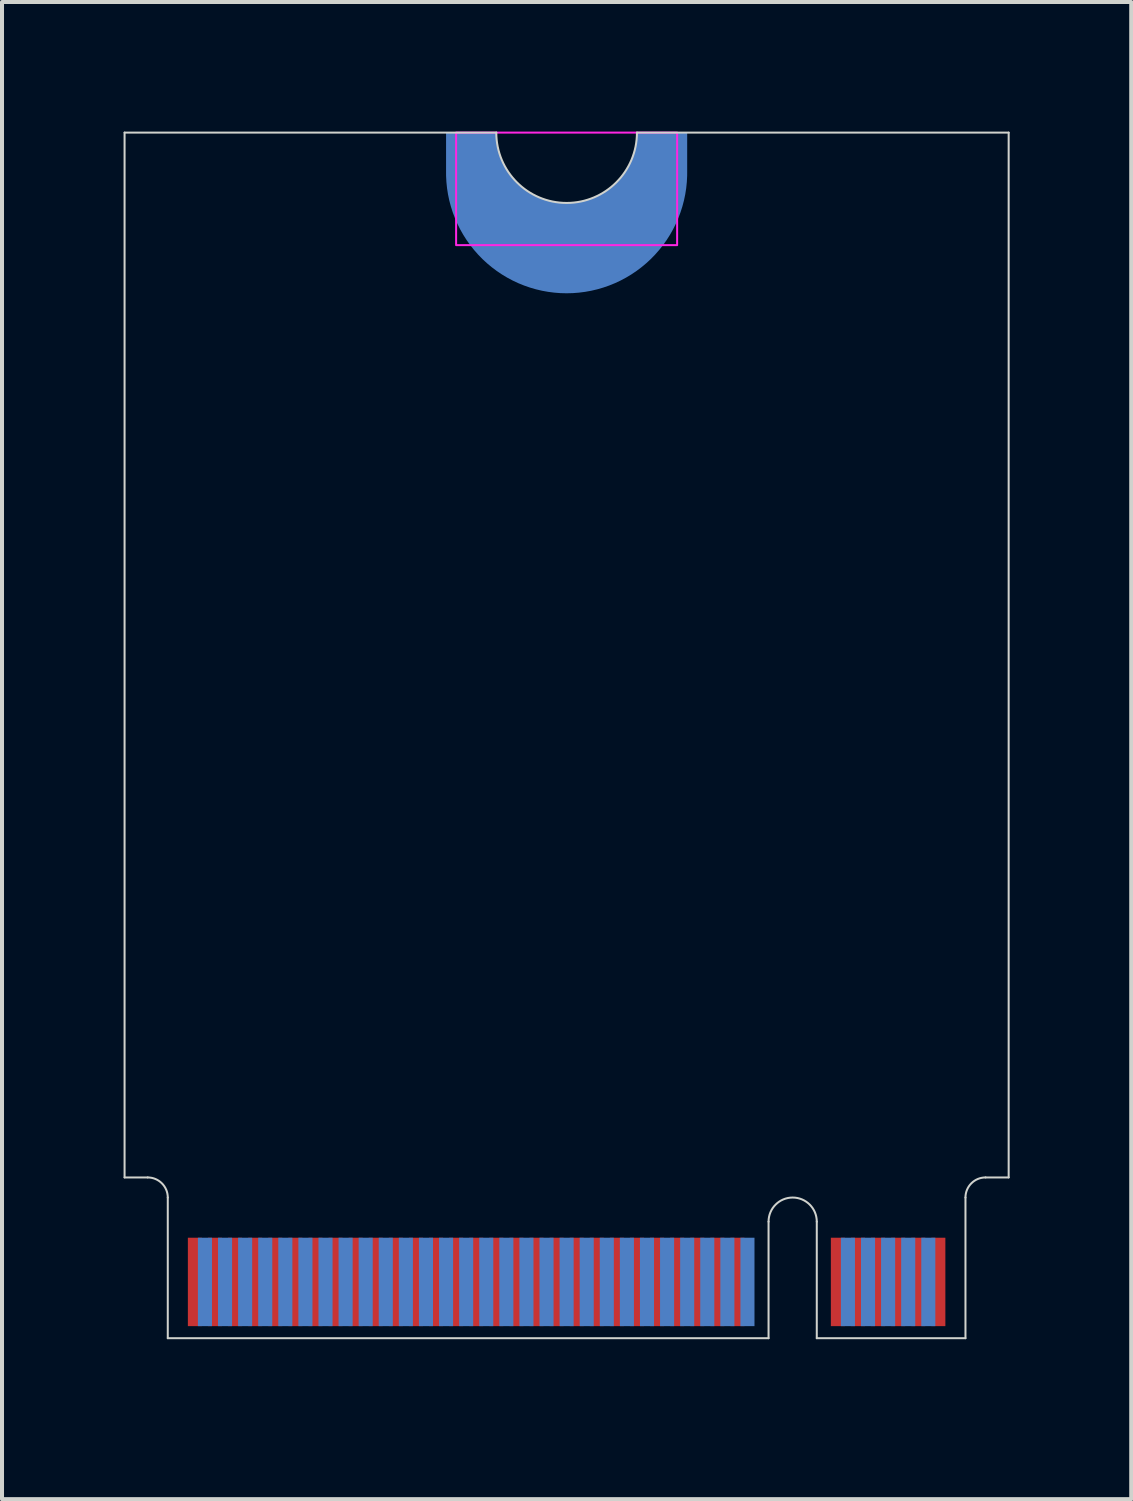
<source format=kicad_pcb>
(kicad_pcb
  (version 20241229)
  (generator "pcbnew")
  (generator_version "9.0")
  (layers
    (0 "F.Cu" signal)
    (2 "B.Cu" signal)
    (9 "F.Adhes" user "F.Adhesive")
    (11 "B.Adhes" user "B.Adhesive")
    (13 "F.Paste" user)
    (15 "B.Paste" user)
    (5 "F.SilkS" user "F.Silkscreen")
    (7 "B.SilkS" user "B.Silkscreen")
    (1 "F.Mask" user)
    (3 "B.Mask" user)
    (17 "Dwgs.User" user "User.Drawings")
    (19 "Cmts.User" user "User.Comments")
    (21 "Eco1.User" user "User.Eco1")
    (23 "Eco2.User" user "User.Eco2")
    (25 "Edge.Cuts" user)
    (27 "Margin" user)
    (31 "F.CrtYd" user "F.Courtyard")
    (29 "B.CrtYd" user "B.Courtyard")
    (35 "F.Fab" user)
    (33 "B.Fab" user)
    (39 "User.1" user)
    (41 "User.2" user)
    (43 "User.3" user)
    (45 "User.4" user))
  (footprint "M2GF_KEYB_2230"
    (layer "F.Cu")
    (at 11.05 0.25)
    (property "Reference" "M2GF_KEYB_2230" (at 0.025 30 0) (layer "User.1") (effects (font (size 1.27 1.27) (thickness 0.15))))
    (attr smd allow_soldermask_bridges)
    (fp_poly (pts (xy -10 27.5) (xy 10 27.5) (xy 10 30) (xy -10 30)) (stroke (width 0.001) (type solid)) (fill yes) (layer "F.Mask"))
    (fp_poly (pts (xy -10 27.5) (xy 10 27.5) (xy 10 30) (xy -10 30)) (stroke (width 0.001) (type solid)) (fill yes) (layer "B.Mask"))
    (fp_line (start -11 0) (end -11 26) (stroke (width 0.05) (type default)) (layer "Edge.Cuts"))
    (fp_line (start -11 26) (end -10.425 26) (stroke (width 0.05) (type default)) (layer "Edge.Cuts"))
    (fp_line (start -9.925 30) (end -9.925 26.5) (stroke (width 0.05) (type default)) (layer "Edge.Cuts"))
    (fp_line (start -9.925 30) (end 5.025 30) (stroke (width 0.05) (type default)) (layer "Edge.Cuts"))
    (fp_line (start -1.75 0) (end -11 0) (stroke (width 0.05) (type default)) (layer "Edge.Cuts"))
    (fp_line (start 1.75 0) (end 11 0) (stroke (width 0.05) (type default)) (layer "Edge.Cuts"))
    (fp_line (start 5.025 30) (end 5.025 27.1) (stroke (width 0.05) (type default)) (layer "Edge.Cuts"))
    (fp_line (start 6.225 27.1) (end 6.225 30) (stroke (width 0.05) (type default)) (layer "Edge.Cuts"))
    (fp_line (start 6.225 30) (end 9.925 30) (stroke (width 0.05) (type default)) (layer "Edge.Cuts"))
    (fp_line (start 9.925 30) (end 9.925 26.5) (stroke (width 0.05) (type default)) (layer "Edge.Cuts"))
    (fp_line (start 11 0) (end 11 26) (stroke (width 0.05) (type default)) (layer "Edge.Cuts"))
    (fp_line (start 11 26) (end 10.425 26) (stroke (width 0.05) (type default)) (layer "Edge.Cuts"))
    (fp_arc (start -10.425 26) (mid -10.071447 26.146447) (end -9.925 26.5) (stroke (width 0.05) (type default)) (layer "Edge.Cuts"))
    (fp_arc (start 1.75 0) (mid 0 1.75) (end -1.75 0) (stroke (width 0.05) (type default)) (layer "Edge.Cuts"))
    (fp_arc (start 5.025 27.1) (mid 5.625 26.5) (end 6.225 27.1) (stroke (width 0.05) (type default)) (layer "Edge.Cuts"))
    (fp_arc (start 9.925 26.5) (mid 10.071447 26.146447) (end 10.425 26) (stroke (width 0.05) (type default)) (layer "Edge.Cuts"))
    (fp_poly (pts (xy -2.75 0) (xy -2.75 2.8) (xy 2.75 2.8) (xy 2.75 0)) (stroke (width 0.05) (type solid)) (fill no) (layer "F.CrtYd"))
    (fp_line (start 11 3.8) (end -11 3.8) (stroke (width 0.1) (type solid)) (layer "User.2"))
    (pad "1" smd rect (at 9.25 28.6) (size 0.35 2.2) (layers "F.Cu" "F.Mask"))
    (pad "2" smd rect (at 9 28.6) (size 0.35 2.2) (layers "B.Cu" "B.Mask"))
    (pad "3" smd rect (at 8.75 28.6) (size 0.35 2.2) (layers "F.Cu" "F.Mask"))
    (pad "4" smd rect (at 8.5 28.6) (size 0.35 2.2) (layers "B.Cu" "B.Mask"))
    (pad "5" smd rect (at 8.25 28.6) (size 0.35 2.2) (layers "F.Cu" "F.Mask"))
    (pad "6" smd rect (at 8 28.6) (size 0.35 2.2) (layers "B.Cu" "B.Mask"))
    (pad "7" smd rect (at 7.75 28.6) (size 0.35 2.2) (layers "F.Cu" "F.Mask"))
    (pad "8" smd rect (at 7.5 28.6) (size 0.35 2.2) (layers "B.Cu" "B.Mask"))
    (pad "9" smd rect (at 7.25 28.6) (size 0.35 2.2) (layers "F.Cu" "F.Mask"))
    (pad "10" smd rect (at 7 28.6) (size 0.35 2.2) (layers "B.Cu" "B.Mask"))
    (pad "11" smd rect (at 6.75 28.6) (size 0.35 2.2) (layers "F.Cu" "F.Mask"))
    (pad "20" smd rect (at 4.5 28.6) (size 0.35 2.2) (layers "B.Cu" "B.Mask"))
    (pad "21" smd rect (at 4.25 28.6) (size 0.35 2.2) (layers "F.Cu" "F.Mask"))
    (pad "22" smd rect (at 4 28.6) (size 0.35 2.2) (layers "B.Cu" "B.Mask"))
    (pad "23" smd rect (at 3.75 28.6) (size 0.35 2.2) (layers "F.Cu" "F.Mask"))
    (pad "24" smd rect (at 3.5 28.6) (size 0.35 2.2) (layers "B.Cu" "B.Mask"))
    (pad "25" smd rect (at 3.25 28.6) (size 0.35 2.2) (layers "F.Cu" "F.Mask"))
    (pad "26" smd rect (at 3 28.6) (size 0.35 2.2) (layers "B.Cu" "B.Mask"))
    (pad "27" smd rect (at 2.75 28.6) (size 0.35 2.2) (layers "F.Cu" "F.Mask"))
    (pad "28" smd rect (at 2.5 28.6) (size 0.35 2.2) (layers "B.Cu" "B.Mask"))
    (pad "29" smd rect (at 2.25 28.6) (size 0.35 2.2) (layers "F.Cu" "F.Mask"))
    (pad "30" smd rect (at 2 28.6) (size 0.35 2.2) (layers "B.Cu" "B.Mask"))
    (pad "31" smd rect (at 1.75 28.6) (size 0.35 2.2) (layers "F.Cu" "F.Mask"))
    (pad "32" smd rect (at 1.5 28.6) (size 0.35 2.2) (layers "B.Cu" "B.Mask"))
    (pad "33" smd custom (at -2.2 0.3) (size 0.35 0.35) (layers "F.Cu" "F.Mask") (options (anchor rect)) (primitives (gr_poly (pts (arc (start 3.95 -0.3) (mid 2.2 1.45) (end 0.45 -0.3)) (arc (start -0.55 -0.3) (mid 2.2 2.45) (end 4.95 -0.3))) (width 0) (fill yes))))
    (pad "33" smd custom (at 0 3.25) (size 0.35 0.35) (layers "B.Cu" "B.Mask") (options (anchor rect)) (primitives (gr_poly (pts (arc (start -3 -2.252453) (mid 0 0.747547) (end 3 -2.252453)) (xy 3 -3.252) (arc (start 1.75 -3.252453) (mid 0 -1.502453) (end -1.75 -3.252453)) (xy -3 -3.252)) (width 0) (fill yes))))
    (pad "33" smd rect (at 1.25 28.6) (size 0.35 2.2) (layers "F.Cu" "F.Mask"))
    (pad "34" smd rect (at 1 28.6) (size 0.35 2.2) (layers "B.Cu" "B.Mask"))
    (pad "35" smd rect (at 0.75 28.6) (size 0.35 2.2) (layers "F.Cu" "F.Mask"))
    (pad "36" smd rect (at 0.5 28.6) (size 0.35 2.2) (layers "B.Cu" "B.Mask"))
    (pad "37" smd rect (at 0.25 28.6) (size 0.35 2.2) (layers "F.Cu" "F.Mask"))
    (pad "38" smd rect (at 0 28.6) (size 0.35 2.2) (layers "B.Cu" "B.Mask"))
    (pad "39" smd rect (at -0.25 28.6) (size 0.35 2.2) (layers "F.Cu" "F.Mask"))
    (pad "40" smd rect (at -0.5 28.6) (size 0.35 2.2) (layers "B.Cu" "B.Mask"))
    (pad "41" smd rect (at -0.75 28.6) (size 0.35 2.2) (layers "F.Cu" "F.Mask"))
    (pad "42" smd rect (at -1 28.6) (size 0.35 2.2) (layers "B.Cu" "B.Mask"))
    (pad "43" smd rect (at -1.25 28.6) (size 0.35 2.2) (layers "F.Cu" "F.Mask"))
    (pad "44" smd rect (at -1.5 28.6) (size 0.35 2.2) (layers "B.Cu" "B.Mask"))
    (pad "45" smd rect (at -1.75 28.6) (size 0.35 2.2) (layers "F.Cu" "F.Mask"))
    (pad "46" smd rect (at -2 28.6) (size 0.35 2.2) (layers "B.Cu" "B.Mask"))
    (pad "47" smd rect (at -2.25 28.6) (size 0.35 2.2) (layers "F.Cu" "F.Mask"))
    (pad "48" smd rect (at -2.5 28.6) (size 0.35 2.2) (layers "B.Cu" "B.Mask"))
    (pad "49" smd rect (at -2.75 28.6) (size 0.35 2.2) (layers "F.Cu" "F.Mask"))
    (pad "50" smd rect (at -3 28.6) (size 0.35 2.2) (layers "B.Cu" "B.Mask"))
    (pad "51" smd rect (at -3.25 28.6) (size 0.35 2.2) (layers "F.Cu" "F.Mask"))
    (pad "52" smd rect (at -3.5 28.6) (size 0.35 2.2) (layers "B.Cu" "B.Mask"))
    (pad "53" smd rect (at -3.75 28.6) (size 0.35 2.2) (layers "F.Cu" "F.Mask"))
    (pad "54" smd rect (at -4 28.6) (size 0.35 2.2) (layers "B.Cu" "B.Mask"))
    (pad "55" smd rect (at -4.25 28.6) (size 0.35 2.2) (layers "F.Cu" "F.Mask"))
    (pad "56" smd rect (at -4.5 28.6) (size 0.35 2.2) (layers "B.Cu" "B.Mask"))
    (pad "57" smd rect (at -4.75 28.6) (size 0.35 2.2) (layers "F.Cu" "F.Mask"))
    (pad "58" smd rect (at -5 28.6) (size 0.35 2.2) (layers "B.Cu" "B.Mask"))
    (pad "59" smd rect (at -5.25 28.6) (size 0.35 2.2) (layers "F.Cu" "F.Mask"))
    (pad "60" smd rect (at -5.5 28.6) (size 0.35 2.2) (layers "B.Cu" "B.Mask"))
    (pad "61" smd rect (at -5.75 28.6) (size 0.35 2.2) (layers "F.Cu" "F.Mask"))
    (pad "62" smd rect (at -6 28.6) (size 0.35 2.2) (layers "B.Cu" "B.Mask"))
    (pad "63" smd rect (at -6.25 28.6) (size 0.35 2.2) (layers "F.Cu" "F.Mask"))
    (pad "64" smd rect (at -6.5 28.6) (size 0.35 2.2) (layers "B.Cu" "B.Mask"))
    (pad "65" smd rect (at -6.75 28.6) (size 0.35 2.2) (layers "F.Cu" "F.Mask"))
    (pad "66" smd rect (at -7 28.6) (size 0.35 2.2) (layers "B.Cu" "B.Mask"))
    (pad "67" smd rect (at -7.25 28.6) (size 0.35 2.2) (layers "F.Cu" "F.Mask"))
    (pad "68" smd rect (at -7.5 28.6) (size 0.35 2.2) (layers "B.Cu" "B.Mask"))
    (pad "69" smd rect (at -7.75 28.6) (size 0.35 2.2) (layers "F.Cu" "F.Mask"))
    (pad "70" smd rect (at -8 28.6) (size 0.35 2.2) (layers "B.Cu" "B.Mask"))
    (pad "71" smd rect (at -8.25 28.6) (size 0.35 2.2) (layers "F.Cu" "F.Mask"))
    (pad "72" smd rect (at -8.5 28.6) (size 0.35 2.2) (layers "B.Cu" "B.Mask"))
    (pad "73" smd rect (at -8.75 28.6) (size 0.35 2.2) (layers "F.Cu" "F.Mask"))
    (pad "74" smd rect (at -9 28.6) (size 0.35 2.2) (layers "B.Cu" "B.Mask"))
    (pad "75" smd rect (at -9.25 28.6) (size 0.35 2.2) (layers "F.Cu" "F.Mask")))
  (gr_rect
    (start -3 -3)
    (end 25.1 34.256)
    (stroke (width 0.1) (type default))
    (fill no)
    (layer "Edge.Cuts")))
</source>
